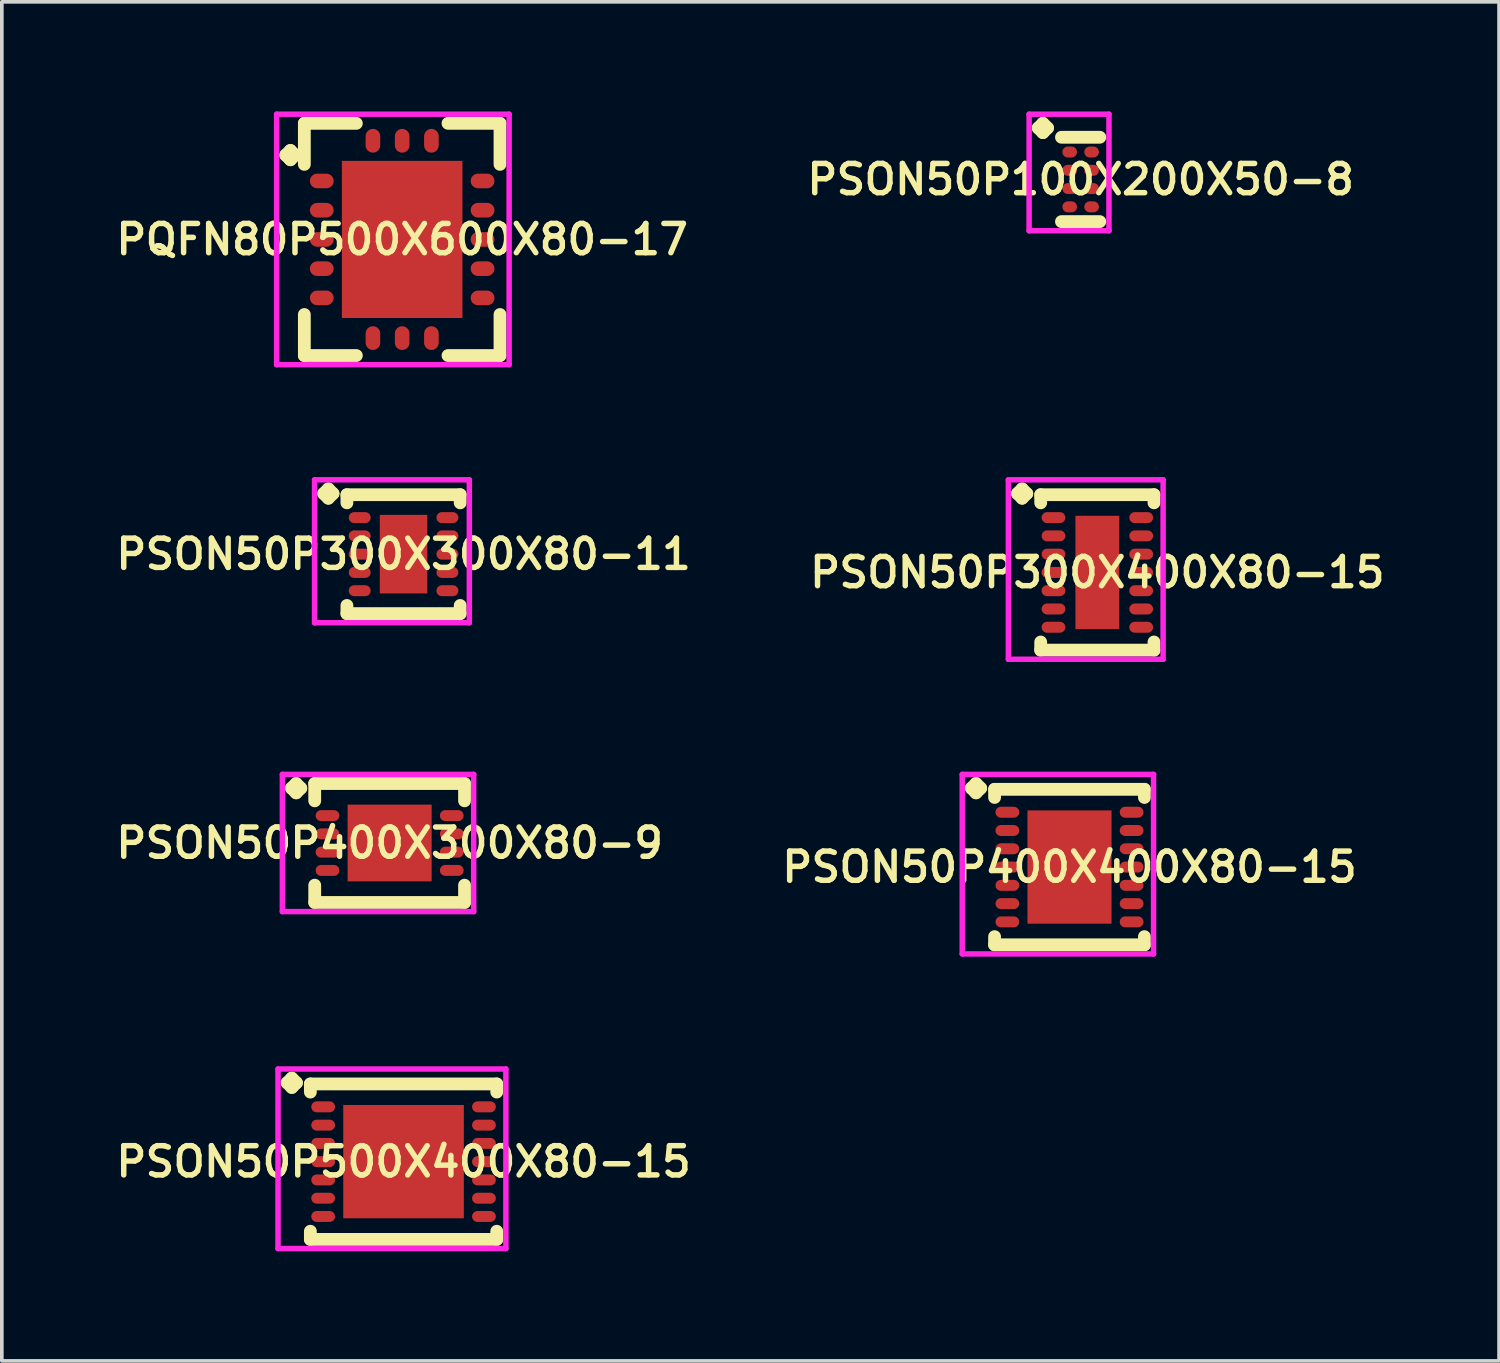
<source format=kicad_pcb>
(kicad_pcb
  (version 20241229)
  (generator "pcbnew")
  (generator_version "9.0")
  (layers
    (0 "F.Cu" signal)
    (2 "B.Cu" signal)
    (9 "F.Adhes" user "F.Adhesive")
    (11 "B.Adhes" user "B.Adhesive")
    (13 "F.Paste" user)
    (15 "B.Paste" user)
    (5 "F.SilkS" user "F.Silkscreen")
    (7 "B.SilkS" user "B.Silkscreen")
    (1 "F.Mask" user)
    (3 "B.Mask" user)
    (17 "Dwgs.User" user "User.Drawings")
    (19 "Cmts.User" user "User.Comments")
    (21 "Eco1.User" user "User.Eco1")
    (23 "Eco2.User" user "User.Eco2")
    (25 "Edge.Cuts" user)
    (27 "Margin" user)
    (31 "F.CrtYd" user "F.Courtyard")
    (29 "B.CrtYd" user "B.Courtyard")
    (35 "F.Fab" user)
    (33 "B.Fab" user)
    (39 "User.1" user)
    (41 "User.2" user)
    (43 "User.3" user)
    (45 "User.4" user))
  (footprint "PSON50P300X300X80-11"
    (layer "F.Cu")
    (at 7.993 12.114)
    (property "Reference" "PSON50P300X300X80-11" (at 0 0 0) (layer "F.SilkS") (effects (font (size 0.8 0.8) (thickness 0.15))))
    (attr smd)
    (fp_line (start -2.185 -1.658) (end -2.058 -1.785) (stroke (width 0.35) (type solid)) (layer "F.SilkS"))
    (fp_line (start -2.058 -1.785) (end -1.931 -1.658) (stroke (width 0.35) (type solid)) (layer "F.SilkS"))
    (fp_line (start -2.058 -1.531) (end -2.185 -1.658) (stroke (width 0.35) (type solid)) (layer "F.SilkS"))
    (fp_line (start -1.931 -1.658) (end -2.058 -1.531) (stroke (width 0.35) (type solid)) (layer "F.SilkS"))
    (fp_line (start -1.55 -1.627) (end 1.55 -1.627) (stroke (width 0.35) (type solid)) (layer "F.SilkS"))
    (fp_line (start -1.55 -1.404) (end -1.55 -1.627) (stroke (width 0.35) (type solid)) (layer "F.SilkS"))
    (fp_line (start -1.55 1.404) (end -1.55 1.627) (stroke (width 0.35) (type solid)) (layer "F.SilkS"))
    (fp_line (start -1.55 1.627) (end 1.55 1.627) (stroke (width 0.35) (type solid)) (layer "F.SilkS"))
    (fp_line (start 1.55 -1.627) (end 1.55 -1.404) (stroke (width 0.35) (type solid)) (layer "F.SilkS"))
    (fp_line (start 1.55 1.627) (end 1.55 1.404) (stroke (width 0.35) (type solid)) (layer "F.SilkS"))
    (fp_line (start -2.435 -2.035) (end 1.8 -2.035) (stroke (width 0.15) (type solid)) (layer "F.CrtYd"))
    (fp_line (start -2.435 1.877) (end -2.435 -2.035) (stroke (width 0.15) (type solid)) (layer "F.CrtYd"))
    (fp_line (start 1.8 -2.035) (end 1.8 1.877) (stroke (width 0.15) (type solid)) (layer "F.CrtYd"))
    (fp_line (start 1.8 1.877) (end -2.435 1.877) (stroke (width 0.15) (type solid)) (layer "F.CrtYd"))
    (pad "1" smd oval (at -1.2 -1) (size 0.6 0.3) (layers "F.Cu" "F.Mask" "F.Paste"))
    (pad "2" smd oval (at -1.2 -0.5) (size 0.6 0.3) (layers "F.Cu" "F.Mask" "F.Paste"))
    (pad "3" smd oval (at -1.2 0) (size 0.6 0.3) (layers "F.Cu" "F.Mask" "F.Paste"))
    (pad "4" smd oval (at -1.2 0.5) (size 0.6 0.3) (layers "F.Cu" "F.Mask" "F.Paste"))
    (pad "5" smd oval (at -1.2 1) (size 0.6 0.3) (layers "F.Cu" "F.Mask" "F.Paste"))
    (pad "6" smd oval (at 1.2 1) (size 0.6 0.3) (layers "F.Cu" "F.Mask" "F.Paste"))
    (pad "7" smd oval (at 1.2 0.5) (size 0.6 0.3) (layers "F.Cu" "F.Mask" "F.Paste"))
    (pad "8" smd oval (at 1.2 0) (size 0.6 0.3) (layers "F.Cu" "F.Mask" "F.Paste"))
    (pad "9" smd oval (at 1.2 -0.5) (size 0.6 0.3) (layers "F.Cu" "F.Mask" "F.Paste"))
    (pad "10" smd oval (at 1.2 -1) (size 0.6 0.3) (layers "F.Cu" "F.Mask" "F.Paste"))
    (pad "11" smd rect (at 0 0) (size 1.3 2.15) (layers "F.Cu" "F.Mask" "F.Paste")))
  (footprint "PQFN80P500X600X80-17"
    (layer "F.Cu")
    (at 7.955 3.502)
    (property "Reference" "PQFN80P500X600X80-17" (at 0 0 0) (layer "F.SilkS") (effects (font (size 0.8 0.8) (thickness 0.15))))
    (attr smd)
    (fp_line (start -3.185 -2.308) (end -3.058 -2.435) (stroke (width 0.35) (type solid)) (layer "F.SilkS"))
    (fp_line (start -3.058 -2.435) (end -2.931 -2.308) (stroke (width 0.35) (type solid)) (layer "F.SilkS"))
    (fp_line (start -3.058 -2.181) (end -3.185 -2.308) (stroke (width 0.35) (type solid)) (layer "F.SilkS"))
    (fp_line (start -2.931 -2.308) (end -3.058 -2.181) (stroke (width 0.35) (type solid)) (layer "F.SilkS"))
    (fp_line (start -2.677 -3.177) (end -1.254 -3.177) (stroke (width 0.35) (type solid)) (layer "F.SilkS"))
    (fp_line (start -2.677 -2.054) (end -2.677 -3.177) (stroke (width 0.35) (type solid)) (layer "F.SilkS"))
    (fp_line (start -2.677 2.054) (end -2.677 3.177) (stroke (width 0.35) (type solid)) (layer "F.SilkS"))
    (fp_line (start -2.677 3.177) (end -1.254 3.177) (stroke (width 0.35) (type solid)) (layer "F.SilkS"))
    (fp_line (start 1.254 -3.177) (end 2.677 -3.177) (stroke (width 0.35) (type solid)) (layer "F.SilkS"))
    (fp_line (start 1.254 3.177) (end 2.677 3.177) (stroke (width 0.35) (type solid)) (layer "F.SilkS"))
    (fp_line (start 2.677 -3.177) (end 2.677 -2.054) (stroke (width 0.35) (type solid)) (layer "F.SilkS"))
    (fp_line (start 2.677 3.177) (end 2.677 2.054) (stroke (width 0.35) (type solid)) (layer "F.SilkS"))
    (fp_line (start -3.435 -3.427) (end 2.927 -3.427) (stroke (width 0.15) (type solid)) (layer "F.CrtYd"))
    (fp_line (start -3.435 3.427) (end -3.435 -3.427) (stroke (width 0.15) (type solid)) (layer "F.CrtYd"))
    (fp_line (start 2.927 -3.427) (end 2.927 3.427) (stroke (width 0.15) (type solid)) (layer "F.CrtYd"))
    (fp_line (start 2.927 3.427) (end -3.435 3.427) (stroke (width 0.15) (type solid)) (layer "F.CrtYd"))
    (pad "1" smd oval (at -2.2 -1.6) (size 0.65 0.4) (layers "F.Cu" "F.Mask" "F.Paste"))
    (pad "2" smd oval (at -2.2 -0.8) (size 0.65 0.4) (layers "F.Cu" "F.Mask" "F.Paste"))
    (pad "3" smd oval (at -2.2 0) (size 0.65 0.4) (layers "F.Cu" "F.Mask" "F.Paste"))
    (pad "4" smd oval (at -2.2 0.8) (size 0.65 0.4) (layers "F.Cu" "F.Mask" "F.Paste"))
    (pad "5" smd oval (at -2.2 1.6) (size 0.65 0.4) (layers "F.Cu" "F.Mask" "F.Paste"))
    (pad "6" smd oval (at -0.8 2.7) (size 0.4 0.65) (layers "F.Cu" "F.Mask" "F.Paste"))
    (pad "7" smd oval (at 0 2.7) (size 0.4 0.65) (layers "F.Cu" "F.Mask" "F.Paste"))
    (pad "8" smd oval (at 0.8 2.7) (size 0.4 0.65) (layers "F.Cu" "F.Mask" "F.Paste"))
    (pad "9" smd oval (at 2.2 1.6) (size 0.65 0.4) (layers "F.Cu" "F.Mask" "F.Paste"))
    (pad "10" smd oval (at 2.2 0.8) (size 0.65 0.4) (layers "F.Cu" "F.Mask" "F.Paste"))
    (pad "11" smd oval (at 2.2 0) (size 0.65 0.4) (layers "F.Cu" "F.Mask" "F.Paste"))
    (pad "12" smd oval (at 2.2 -0.8) (size 0.65 0.4) (layers "F.Cu" "F.Mask" "F.Paste"))
    (pad "13" smd oval (at 2.2 -1.6) (size 0.65 0.4) (layers "F.Cu" "F.Mask" "F.Paste"))
    (pad "14" smd oval (at 0.8 -2.7) (size 0.4 0.65) (layers "F.Cu" "F.Mask" "F.Paste"))
    (pad "15" smd oval (at 0 -2.7) (size 0.4 0.65) (layers "F.Cu" "F.Mask" "F.Paste"))
    (pad "16" smd oval (at -0.8 -2.7) (size 0.4 0.65) (layers "F.Cu" "F.Mask" "F.Paste"))
    (pad "17" smd rect (at 0 0) (size 3.3 4.3) (layers "F.Cu" "F.Mask" "F.Paste")))
  (footprint "PSON50P100X200X50-8"
    (layer "F.Cu")
    (at 26.521 1.86)
    (property "Reference" "PSON50P100X200X50-8" (at 0 0 0) (layer "F.SilkS") (effects (font (size 0.8 0.8) (thickness 0.15))))
    (attr smd)
    (fp_line (start -1.16 -1.408) (end -1.033 -1.535) (stroke (width 0.35) (type solid)) (layer "F.SilkS"))
    (fp_line (start -1.033 -1.535) (end -0.906 -1.408) (stroke (width 0.35) (type solid)) (layer "F.SilkS"))
    (fp_line (start -1.033 -1.281) (end -1.16 -1.408) (stroke (width 0.35) (type solid)) (layer "F.SilkS"))
    (fp_line (start -0.906 -1.408) (end -1.033 -1.281) (stroke (width 0.35) (type solid)) (layer "F.SilkS"))
    (fp_line (start -0.525 -1.154) (end 0.525 -1.154) (stroke (width 0.35) (type solid)) (layer "F.SilkS"))
    (fp_line (start -0.525 1.154) (end 0.525 1.154) (stroke (width 0.35) (type solid)) (layer "F.SilkS"))
    (fp_line (start -1.41 -1.785) (end 0.775 -1.785) (stroke (width 0.15) (type solid)) (layer "F.CrtYd"))
    (fp_line (start -1.41 1.404) (end -1.41 -1.785) (stroke (width 0.15) (type solid)) (layer "F.CrtYd"))
    (fp_line (start 0.775 -1.785) (end 0.775 1.404) (stroke (width 0.15) (type solid)) (layer "F.CrtYd"))
    (fp_line (start 0.775 1.404) (end -1.41 1.404) (stroke (width 0.15) (type solid)) (layer "F.CrtYd"))
    (pad "1" smd oval (at -0.3 -0.75) (size 0.4 0.3) (layers "F.Cu" "F.Mask" "F.Paste"))
    (pad "2" smd oval (at -0.3 -0.25) (size 0.4 0.3) (layers "F.Cu" "F.Mask" "F.Paste"))
    (pad "3" smd oval (at -0.3 0.25) (size 0.4 0.3) (layers "F.Cu" "F.Mask" "F.Paste"))
    (pad "4" smd oval (at -0.3 0.75) (size 0.4 0.3) (layers "F.Cu" "F.Mask" "F.Paste"))
    (pad "5" smd oval (at 0.3 0.75) (size 0.4 0.3) (layers "F.Cu" "F.Mask" "F.Paste"))
    (pad "6" smd oval (at 0.3 0.25) (size 0.4 0.3) (layers "F.Cu" "F.Mask" "F.Paste"))
    (pad "7" smd oval (at 0.3 -0.25) (size 0.4 0.3) (layers "F.Cu" "F.Mask" "F.Paste"))
    (pad "8" smd oval (at 0.3 -0.75) (size 0.4 0.3) (layers "F.Cu" "F.Mask" "F.Paste")))
  (footprint "PSON50P400X300X80-9"
    (layer "F.Cu")
    (at 7.612 20.018)
    (property "Reference" "PSON50P400X300X80-9" (at 0 0 0) (layer "F.SilkS") (effects (font (size 0.8 0.8) (thickness 0.15))))
    (attr smd)
    (fp_line (start -2.685 -1.5) (end -2.558 -1.627) (stroke (width 0.35) (type solid)) (layer "F.SilkS"))
    (fp_line (start -2.558 -1.627) (end -2.431 -1.5) (stroke (width 0.35) (type solid)) (layer "F.SilkS"))
    (fp_line (start -2.558 -1.373) (end -2.685 -1.5) (stroke (width 0.35) (type solid)) (layer "F.SilkS"))
    (fp_line (start -2.431 -1.5) (end -2.558 -1.373) (stroke (width 0.35) (type solid)) (layer "F.SilkS"))
    (fp_line (start -2.05 -1.627) (end 2.05 -1.627) (stroke (width 0.35) (type solid)) (layer "F.SilkS"))
    (fp_line (start -2.05 -1.154) (end -2.05 -1.627) (stroke (width 0.35) (type solid)) (layer "F.SilkS"))
    (fp_line (start -2.05 1.154) (end -2.05 1.627) (stroke (width 0.35) (type solid)) (layer "F.SilkS"))
    (fp_line (start -2.05 1.627) (end 2.05 1.627) (stroke (width 0.35) (type solid)) (layer "F.SilkS"))
    (fp_line (start 2.05 -1.627) (end 2.05 -1.154) (stroke (width 0.35) (type solid)) (layer "F.SilkS"))
    (fp_line (start 2.05 1.627) (end 2.05 1.154) (stroke (width 0.35) (type solid)) (layer "F.SilkS"))
    (fp_line (start -2.935 -1.877) (end 2.3 -1.877) (stroke (width 0.15) (type solid)) (layer "F.CrtYd"))
    (fp_line (start -2.935 1.877) (end -2.935 -1.877) (stroke (width 0.15) (type solid)) (layer "F.CrtYd"))
    (fp_line (start 2.3 -1.877) (end 2.3 1.877) (stroke (width 0.15) (type solid)) (layer "F.CrtYd"))
    (fp_line (start 2.3 1.877) (end -2.935 1.877) (stroke (width 0.15) (type solid)) (layer "F.CrtYd"))
    (pad "1" smd oval (at -1.7 -0.75) (size 0.65 0.3) (layers "F.Cu" "F.Mask" "F.Paste"))
    (pad "2" smd oval (at -1.7 -0.25) (size 0.65 0.3) (layers "F.Cu" "F.Mask" "F.Paste"))
    (pad "3" smd oval (at -1.7 0.25) (size 0.65 0.3) (layers "F.Cu" "F.Mask" "F.Paste"))
    (pad "4" smd oval (at -1.7 0.75) (size 0.65 0.3) (layers "F.Cu" "F.Mask" "F.Paste"))
    (pad "5" smd oval (at 1.7 0.75) (size 0.65 0.3) (layers "F.Cu" "F.Mask" "F.Paste"))
    (pad "6" smd oval (at 1.7 0.25) (size 0.65 0.3) (layers "F.Cu" "F.Mask" "F.Paste"))
    (pad "7" smd oval (at 1.7 -0.25) (size 0.65 0.3) (layers "F.Cu" "F.Mask" "F.Paste"))
    (pad "8" smd oval (at 1.7 -0.75) (size 0.65 0.3) (layers "F.Cu" "F.Mask" "F.Paste"))
    (pad "9" smd rect (at 0 0) (size 2.3 2.1) (layers "F.Cu" "F.Mask" "F.Paste")))
  (footprint "PSON50P500X400X80-15"
    (layer "F.Cu")
    (at 7.993 28.738)
    (property "Reference" "PSON50P500X400X80-15" (at 0 0 0) (layer "F.SilkS") (effects (font (size 0.8 0.8) (thickness 0.15))))
    (attr smd)
    (fp_line (start -3.185 -2.158) (end -3.058 -2.285) (stroke (width 0.35) (type solid)) (layer "F.SilkS"))
    (fp_line (start -3.058 -2.285) (end -2.931 -2.158) (stroke (width 0.35) (type solid)) (layer "F.SilkS"))
    (fp_line (start -3.058 -2.031) (end -3.185 -2.158) (stroke (width 0.35) (type solid)) (layer "F.SilkS"))
    (fp_line (start -2.931 -2.158) (end -3.058 -2.031) (stroke (width 0.35) (type solid)) (layer "F.SilkS"))
    (fp_line (start -2.55 -2.127) (end 2.55 -2.127) (stroke (width 0.35) (type solid)) (layer "F.SilkS"))
    (fp_line (start -2.55 -1.904) (end -2.55 -2.127) (stroke (width 0.35) (type solid)) (layer "F.SilkS"))
    (fp_line (start -2.55 1.904) (end -2.55 2.127) (stroke (width 0.35) (type solid)) (layer "F.SilkS"))
    (fp_line (start -2.55 2.127) (end 2.55 2.127) (stroke (width 0.35) (type solid)) (layer "F.SilkS"))
    (fp_line (start 2.55 -2.127) (end 2.55 -1.904) (stroke (width 0.35) (type solid)) (layer "F.SilkS"))
    (fp_line (start 2.55 2.127) (end 2.55 1.904) (stroke (width 0.35) (type solid)) (layer "F.SilkS"))
    (fp_line (start -3.435 -2.535) (end 2.8 -2.535) (stroke (width 0.15) (type solid)) (layer "F.CrtYd"))
    (fp_line (start -3.435 2.377) (end -3.435 -2.535) (stroke (width 0.15) (type solid)) (layer "F.CrtYd"))
    (fp_line (start 2.8 -2.535) (end 2.8 2.377) (stroke (width 0.15) (type solid)) (layer "F.CrtYd"))
    (fp_line (start 2.8 2.377) (end -3.435 2.377) (stroke (width 0.15) (type solid)) (layer "F.CrtYd"))
    (pad "1" smd oval (at -2.2 -1.5) (size 0.65 0.3) (layers "F.Cu" "F.Mask" "F.Paste"))
    (pad "2" smd oval (at -2.2 -1) (size 0.65 0.3) (layers "F.Cu" "F.Mask" "F.Paste"))
    (pad "3" smd oval (at -2.2 -0.5) (size 0.65 0.3) (layers "F.Cu" "F.Mask" "F.Paste"))
    (pad "4" smd oval (at -2.2 0) (size 0.65 0.3) (layers "F.Cu" "F.Mask" "F.Paste"))
    (pad "5" smd oval (at -2.2 0.5) (size 0.65 0.3) (layers "F.Cu" "F.Mask" "F.Paste"))
    (pad "6" smd oval (at -2.2 1) (size 0.65 0.3) (layers "F.Cu" "F.Mask" "F.Paste"))
    (pad "7" smd oval (at -2.2 1.5) (size 0.65 0.3) (layers "F.Cu" "F.Mask" "F.Paste"))
    (pad "8" smd oval (at 2.2 1.5) (size 0.65 0.3) (layers "F.Cu" "F.Mask" "F.Paste"))
    (pad "9" smd oval (at 2.2 1) (size 0.65 0.3) (layers "F.Cu" "F.Mask" "F.Paste"))
    (pad "10" smd oval (at 2.2 0.5) (size 0.65 0.3) (layers "F.Cu" "F.Mask" "F.Paste"))
    (pad "11" smd oval (at 2.2 0) (size 0.65 0.3) (layers "F.Cu" "F.Mask" "F.Paste"))
    (pad "12" smd oval (at 2.2 -0.5) (size 0.65 0.3) (layers "F.Cu" "F.Mask" "F.Paste"))
    (pad "13" smd oval (at 2.2 -1) (size 0.65 0.3) (layers "F.Cu" "F.Mask" "F.Paste"))
    (pad "14" smd oval (at 2.2 -1.5) (size 0.65 0.3) (layers "F.Cu" "F.Mask" "F.Paste"))
    (pad "15" smd rect (at 0 0) (size 3.3 3.1) (layers "F.Cu" "F.Mask" "F.Paste")))
  (footprint "PSON50P300X400X80-15"
    (layer "F.Cu")
    (at 26.978 12.614)
    (property "Reference" "PSON50P300X400X80-15" (at 0 0 0) (layer "F.SilkS") (effects (font (size 0.8 0.8) (thickness 0.15))))
    (attr smd)
    (fp_line (start -2.185 -2.158) (end -2.058 -2.285) (stroke (width 0.35) (type solid)) (layer "F.SilkS"))
    (fp_line (start -2.058 -2.285) (end -1.931 -2.158) (stroke (width 0.35) (type solid)) (layer "F.SilkS"))
    (fp_line (start -2.058 -2.031) (end -2.185 -2.158) (stroke (width 0.35) (type solid)) (layer "F.SilkS"))
    (fp_line (start -1.931 -2.158) (end -2.058 -2.031) (stroke (width 0.35) (type solid)) (layer "F.SilkS"))
    (fp_line (start -1.55 -2.127) (end 1.55 -2.127) (stroke (width 0.35) (type solid)) (layer "F.SilkS"))
    (fp_line (start -1.55 -1.904) (end -1.55 -2.127) (stroke (width 0.35) (type solid)) (layer "F.SilkS"))
    (fp_line (start -1.55 1.904) (end -1.55 2.127) (stroke (width 0.35) (type solid)) (layer "F.SilkS"))
    (fp_line (start -1.55 2.127) (end 1.55 2.127) (stroke (width 0.35) (type solid)) (layer "F.SilkS"))
    (fp_line (start 1.55 -2.127) (end 1.55 -1.904) (stroke (width 0.35) (type solid)) (layer "F.SilkS"))
    (fp_line (start 1.55 2.127) (end 1.55 1.904) (stroke (width 0.35) (type solid)) (layer "F.SilkS"))
    (fp_line (start -2.435 -2.535) (end 1.8 -2.535) (stroke (width 0.15) (type solid)) (layer "F.CrtYd"))
    (fp_line (start -2.435 2.377) (end -2.435 -2.535) (stroke (width 0.15) (type solid)) (layer "F.CrtYd"))
    (fp_line (start 1.8 -2.535) (end 1.8 2.377) (stroke (width 0.15) (type solid)) (layer "F.CrtYd"))
    (fp_line (start 1.8 2.377) (end -2.435 2.377) (stroke (width 0.15) (type solid)) (layer "F.CrtYd"))
    (pad "1" smd oval (at -1.2 -1.5) (size 0.65 0.3) (layers "F.Cu" "F.Mask" "F.Paste"))
    (pad "2" smd oval (at -1.2 -1) (size 0.65 0.3) (layers "F.Cu" "F.Mask" "F.Paste"))
    (pad "3" smd oval (at -1.2 -0.5) (size 0.65 0.3) (layers "F.Cu" "F.Mask" "F.Paste"))
    (pad "4" smd oval (at -1.2 0) (size 0.65 0.3) (layers "F.Cu" "F.Mask" "F.Paste"))
    (pad "5" smd oval (at -1.2 0.5) (size 0.65 0.3) (layers "F.Cu" "F.Mask" "F.Paste"))
    (pad "6" smd oval (at -1.2 1) (size 0.65 0.3) (layers "F.Cu" "F.Mask" "F.Paste"))
    (pad "7" smd oval (at -1.2 1.5) (size 0.65 0.3) (layers "F.Cu" "F.Mask" "F.Paste"))
    (pad "8" smd oval (at 1.2 1.5) (size 0.65 0.3) (layers "F.Cu" "F.Mask" "F.Paste"))
    (pad "9" smd oval (at 1.2 1) (size 0.65 0.3) (layers "F.Cu" "F.Mask" "F.Paste"))
    (pad "10" smd oval (at 1.2 0.5) (size 0.65 0.3) (layers "F.Cu" "F.Mask" "F.Paste"))
    (pad "11" smd oval (at 1.2 0) (size 0.65 0.3) (layers "F.Cu" "F.Mask" "F.Paste"))
    (pad "12" smd oval (at 1.2 -0.5) (size 0.65 0.3) (layers "F.Cu" "F.Mask" "F.Paste"))
    (pad "13" smd oval (at 1.2 -1) (size 0.65 0.3) (layers "F.Cu" "F.Mask" "F.Paste"))
    (pad "14" smd oval (at 1.2 -1.5) (size 0.65 0.3) (layers "F.Cu" "F.Mask" "F.Paste"))
    (pad "15" smd rect (at 0 0) (size 1.2 3.1) (layers "F.Cu" "F.Mask" "F.Paste")))
  (footprint "PSON50P400X400X80-15"
    (layer "F.Cu")
    (at 26.216 20.676)
    (property "Reference" "PSON50P400X400X80-15" (at 0 0 0) (layer "F.SilkS") (effects (font (size 0.8 0.8) (thickness 0.15))))
    (attr smd)
    (fp_line (start -2.685 -2.158) (end -2.558 -2.285) (stroke (width 0.35) (type solid)) (layer "F.SilkS"))
    (fp_line (start -2.558 -2.285) (end -2.431 -2.158) (stroke (width 0.35) (type solid)) (layer "F.SilkS"))
    (fp_line (start -2.558 -2.031) (end -2.685 -2.158) (stroke (width 0.35) (type solid)) (layer "F.SilkS"))
    (fp_line (start -2.431 -2.158) (end -2.558 -2.031) (stroke (width 0.35) (type solid)) (layer "F.SilkS"))
    (fp_line (start -2.05 -2.127) (end 2.05 -2.127) (stroke (width 0.35) (type solid)) (layer "F.SilkS"))
    (fp_line (start -2.05 -1.904) (end -2.05 -2.127) (stroke (width 0.35) (type solid)) (layer "F.SilkS"))
    (fp_line (start -2.05 1.904) (end -2.05 2.127) (stroke (width 0.35) (type solid)) (layer "F.SilkS"))
    (fp_line (start -2.05 2.127) (end 2.05 2.127) (stroke (width 0.35) (type solid)) (layer "F.SilkS"))
    (fp_line (start 2.05 -2.127) (end 2.05 -1.904) (stroke (width 0.35) (type solid)) (layer "F.SilkS"))
    (fp_line (start 2.05 2.127) (end 2.05 1.904) (stroke (width 0.35) (type solid)) (layer "F.SilkS"))
    (fp_line (start -2.935 -2.535) (end 2.3 -2.535) (stroke (width 0.15) (type solid)) (layer "F.CrtYd"))
    (fp_line (start -2.935 2.377) (end -2.935 -2.535) (stroke (width 0.15) (type solid)) (layer "F.CrtYd"))
    (fp_line (start 2.3 -2.535) (end 2.3 2.377) (stroke (width 0.15) (type solid)) (layer "F.CrtYd"))
    (fp_line (start 2.3 2.377) (end -2.935 2.377) (stroke (width 0.15) (type solid)) (layer "F.CrtYd"))
    (pad "1" smd oval (at -1.7 -1.5) (size 0.65 0.3) (layers "F.Cu" "F.Mask" "F.Paste"))
    (pad "2" smd oval (at -1.7 -1) (size 0.65 0.3) (layers "F.Cu" "F.Mask" "F.Paste"))
    (pad "3" smd oval (at -1.7 -0.5) (size 0.65 0.3) (layers "F.Cu" "F.Mask" "F.Paste"))
    (pad "4" smd oval (at -1.7 0) (size 0.65 0.3) (layers "F.Cu" "F.Mask" "F.Paste"))
    (pad "5" smd oval (at -1.7 0.5) (size 0.65 0.3) (layers "F.Cu" "F.Mask" "F.Paste"))
    (pad "6" smd oval (at -1.7 1) (size 0.65 0.3) (layers "F.Cu" "F.Mask" "F.Paste"))
    (pad "7" smd oval (at -1.7 1.5) (size 0.65 0.3) (layers "F.Cu" "F.Mask" "F.Paste"))
    (pad "8" smd oval (at 1.7 1.5) (size 0.65 0.3) (layers "F.Cu" "F.Mask" "F.Paste"))
    (pad "9" smd oval (at 1.7 1) (size 0.65 0.3) (layers "F.Cu" "F.Mask" "F.Paste"))
    (pad "10" smd oval (at 1.7 0.5) (size 0.65 0.3) (layers "F.Cu" "F.Mask" "F.Paste"))
    (pad "11" smd oval (at 1.7 0) (size 0.65 0.3) (layers "F.Cu" "F.Mask" "F.Paste"))
    (pad "12" smd oval (at 1.7 -0.5) (size 0.65 0.3) (layers "F.Cu" "F.Mask" "F.Paste"))
    (pad "13" smd oval (at 1.7 -1) (size 0.65 0.3) (layers "F.Cu" "F.Mask" "F.Paste"))
    (pad "14" smd oval (at 1.7 -1.5) (size 0.65 0.3) (layers "F.Cu" "F.Mask" "F.Paste"))
    (pad "15" smd rect (at 0 0) (size 2.3 3.1) (layers "F.Cu" "F.Mask" "F.Paste")))
  (gr_rect
    (start -3 -3)
    (end 37.97 34.19)
    (stroke (width 0.1) (type default))
    (fill no)
    (layer "Edge.Cuts")))
</source>
